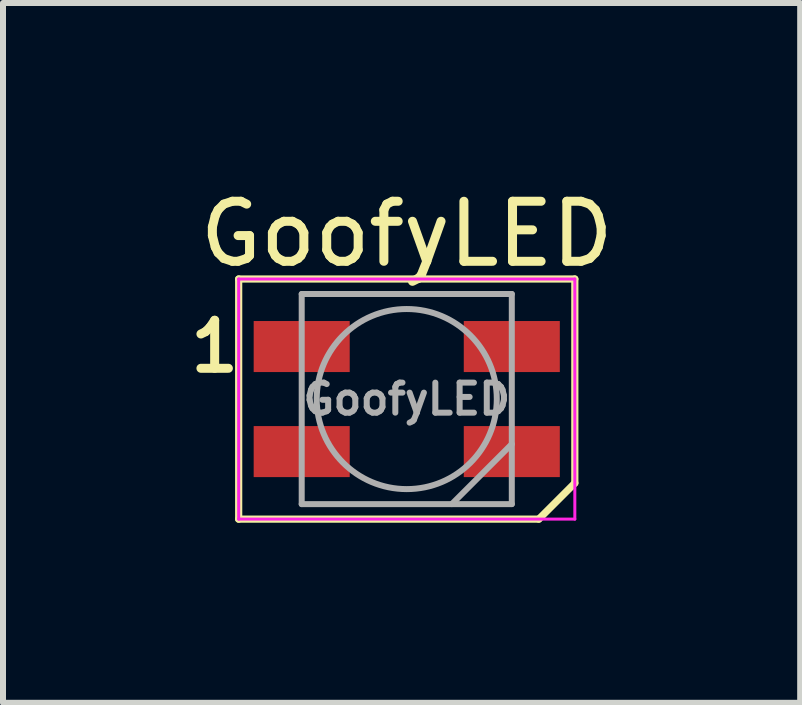
<source format=kicad_pcb>
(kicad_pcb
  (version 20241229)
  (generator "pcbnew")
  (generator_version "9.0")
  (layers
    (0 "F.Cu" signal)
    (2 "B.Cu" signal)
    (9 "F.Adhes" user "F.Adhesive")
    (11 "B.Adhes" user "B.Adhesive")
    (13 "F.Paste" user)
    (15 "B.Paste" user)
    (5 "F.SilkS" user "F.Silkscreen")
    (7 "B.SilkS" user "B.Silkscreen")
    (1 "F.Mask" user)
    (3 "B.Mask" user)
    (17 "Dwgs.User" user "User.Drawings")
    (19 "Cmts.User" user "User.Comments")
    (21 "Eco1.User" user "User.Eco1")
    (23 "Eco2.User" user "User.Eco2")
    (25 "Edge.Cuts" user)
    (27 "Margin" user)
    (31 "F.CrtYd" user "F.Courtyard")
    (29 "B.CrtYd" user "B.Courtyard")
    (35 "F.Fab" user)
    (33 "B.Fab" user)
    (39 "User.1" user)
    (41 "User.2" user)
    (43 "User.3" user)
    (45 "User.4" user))
  (footprint "GoofyLED"
    (layer "F.Cu")
    (at 3.726 3.598)
    (property "Reference" "GoofyLED" (at 0 -2.75 0) (layer "F.SilkS") (effects (font (size 1 1) (thickness 0.15))))
    (attr smd)
    (fp_line (start -2.8 -2) (end -2.8 2) (stroke (width 0.12) (type default)) (layer "F.SilkS"))
    (fp_line (start -2.8 -2) (end 2.8 -2) (stroke (width 0.12) (type solid)) (layer "F.SilkS"))
    (fp_line (start -2.8 2) (end 2.2 2) (stroke (width 0.12) (type solid)) (layer "F.SilkS"))
    (fp_line (start 2.8 1.4) (end 2.2 2) (stroke (width 0.12) (type default)) (layer "F.SilkS"))
    (fp_line (start 2.8 1.4) (end 2.8 -2) (stroke (width 0.12) (type solid)) (layer "F.SilkS"))
    (fp_line (start -2.8 -2) (end -2.8 2) (stroke (width 0.05) (type solid)) (layer "F.CrtYd"))
    (fp_line (start -2.8 2) (end 2.8 2) (stroke (width 0.05) (type solid)) (layer "F.CrtYd"))
    (fp_line (start 2.8 -2) (end -2.8 -2) (stroke (width 0.05) (type solid)) (layer "F.CrtYd"))
    (fp_line (start 2.8 2) (end 2.8 -2) (stroke (width 0.05) (type solid)) (layer "F.CrtYd"))
    (fp_line (start -1.75 -1.75) (end -1.75 1.75) (stroke (width 0.1) (type solid)) (layer "F.Fab"))
    (fp_line (start -1.75 1.75) (end 1.75 1.75) (stroke (width 0.1) (type solid)) (layer "F.Fab"))
    (fp_line (start 1.75 -1.75) (end -1.75 -1.75) (stroke (width 0.1) (type solid)) (layer "F.Fab"))
    (fp_line (start 1.75 0.75) (end 0.75 1.75) (stroke (width 0.1) (type solid)) (layer "F.Fab"))
    (fp_line (start 1.75 1.75) (end 1.75 -1.75) (stroke (width 0.1) (type solid)) (layer "F.Fab"))
    (fp_circle (center 0 0) (end 0 -1.5) (stroke (width 0.1) (type solid)) (fill no) (layer "F.Fab"))
    (fp_text user "1" (at -3.2 -0.875 0) (unlocked yes) (layer "F.SilkS") (effects (font (size 0.8 0.8) (thickness 0.15))))
    (fp_text user "${REFERENCE}" (at 0 0 0) (layer "F.Fab") (effects (font (size 0.5 0.5) (thickness 0.1))))
    (pad "1" smd rect (at -1.75 -0.875) (size 1.6 0.85) (layers "F.Cu" "F.Mask" "F.Paste"))
    (pad "2" smd rect (at -1.75 0.875) (size 1.6 0.85) (layers "F.Cu" "F.Mask" "F.Paste"))
    (pad "3" smd rect (at 1.75 0.875) (size 1.6 0.85) (layers "F.Cu" "F.Mask" "F.Paste"))
    (pad "4" smd rect (at 1.75 -0.875) (size 1.6 0.85) (layers "F.Cu" "F.Mask" "F.Paste")))
  (gr_rect
    (start -3 -3)
    (end 10.28 8.658)
    (stroke (width 0.1) (type default))
    (fill no)
    (layer "Edge.Cuts")))
</source>
